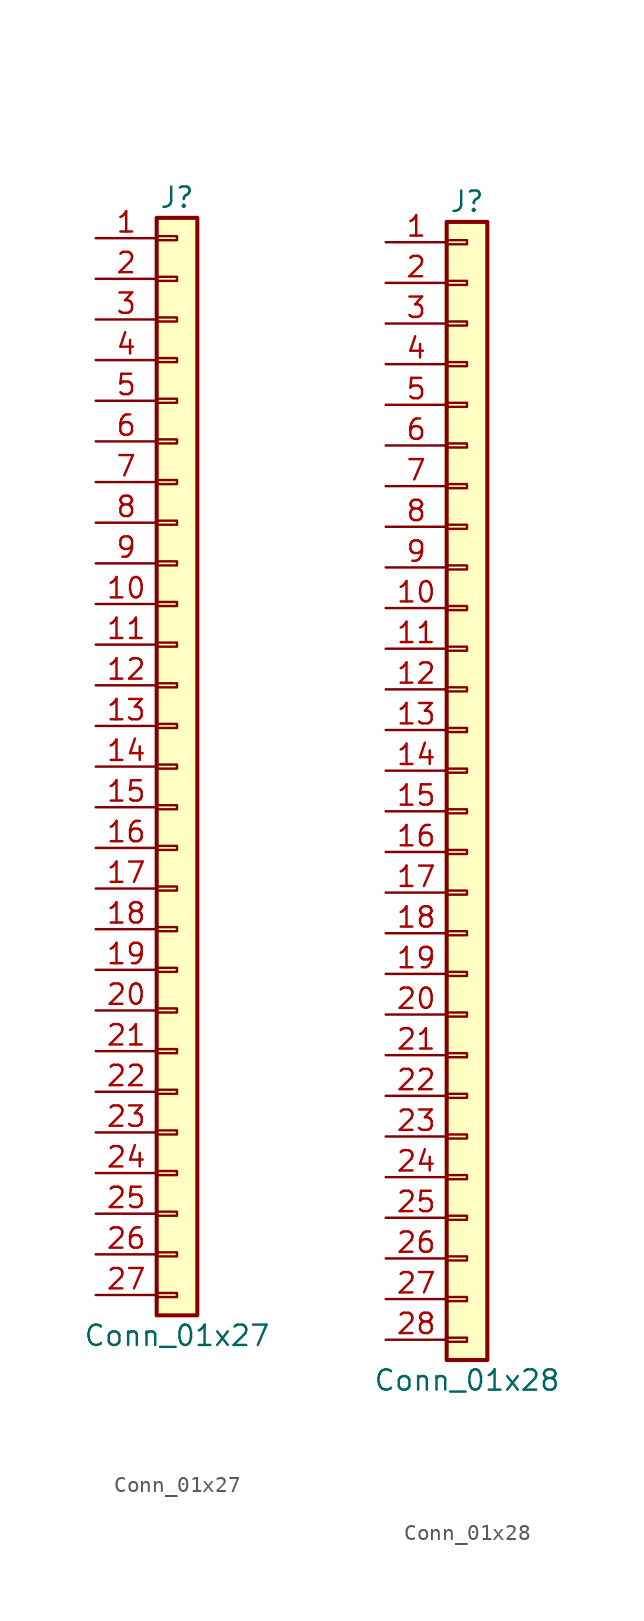
<source format=kicad_sym>
(kicad_symbol_lib
  (version 20220914)
  (generator kicad_symbol_editor)
  (symbol "Conn_01x27"
    (pin_names
      (offset 1.016) hide)
    (property "Reference" "J"
      (at 0 35.56 0)
      (effects (font (size 1.27 1.27))))
    (property "Value" "Conn_01x27"
      (at 0 -35.56 0)
      (effects (font (size 1.27 1.27))))
    (symbol "Conn_01x27_1_1"
      (rectangle (start -1.27 -32.893) (end 0 -33.147) (stroke (width 0.152) (type solid)) (fill (type none)))
      (rectangle (start -1.27 -30.353) (end 0 -30.607) (stroke (width 0.152) (type solid)) (fill (type none)))
      (rectangle (start -1.27 -27.813) (end 0 -28.067) (stroke (width 0.152) (type solid)) (fill (type none)))
      (rectangle (start -1.27 -25.273) (end 0 -25.527) (stroke (width 0.152) (type solid)) (fill (type none)))
      (rectangle (start -1.27 -22.733) (end 0 -22.987) (stroke (width 0.152) (type solid)) (fill (type none)))
      (rectangle (start -1.27 -20.193) (end 0 -20.447) (stroke (width 0.152) (type solid)) (fill (type none)))
      (rectangle (start -1.27 -17.653) (end 0 -17.907) (stroke (width 0.152) (type solid)) (fill (type none)))
      (rectangle (start -1.27 -15.113) (end 0 -15.367) (stroke (width 0.152) (type solid)) (fill (type none)))
      (rectangle (start -1.27 -12.573) (end 0 -12.827) (stroke (width 0.152) (type solid)) (fill (type none)))
      (rectangle (start -1.27 -10.033) (end 0 -10.287) (stroke (width 0.152) (type solid)) (fill (type none)))
      (rectangle (start -1.27 -7.493) (end 0 -7.747) (stroke (width 0.152) (type solid)) (fill (type none)))
      (rectangle (start -1.27 -4.953) (end 0 -5.207) (stroke (width 0.152) (type solid)) (fill (type none)))
      (rectangle (start -1.27 -2.413) (end 0 -2.667) (stroke (width 0.152) (type solid)) (fill (type none)))
      (rectangle (start -1.27 0.127) (end 0 -0.127) (stroke (width 0.152) (type solid)) (fill (type none)))
      (rectangle (start -1.27 2.667) (end 0 2.413) (stroke (width 0.152) (type solid)) (fill (type none)))
      (rectangle (start -1.27 5.207) (end 0 4.953) (stroke (width 0.152) (type solid)) (fill (type none)))
      (rectangle (start -1.27 7.747) (end 0 7.493) (stroke (width 0.152) (type solid)) (fill (type none)))
      (rectangle (start -1.27 10.287) (end 0 10.033) (stroke (width 0.152) (type solid)) (fill (type none)))
      (rectangle (start -1.27 12.827) (end 0 12.573) (stroke (width 0.152) (type solid)) (fill (type none)))
      (rectangle (start -1.27 15.367) (end 0 15.113) (stroke (width 0.152) (type solid)) (fill (type none)))
      (rectangle (start -1.27 17.907) (end 0 17.653) (stroke (width 0.152) (type solid)) (fill (type none)))
      (rectangle (start -1.27 20.447) (end 0 20.193) (stroke (width 0.152) (type solid)) (fill (type none)))
      (rectangle (start -1.27 22.987) (end 0 22.733) (stroke (width 0.152) (type solid)) (fill (type none)))
      (rectangle (start -1.27 25.527) (end 0 25.273) (stroke (width 0.152) (type solid)) (fill (type none)))
      (rectangle (start -1.27 28.067) (end 0 27.813) (stroke (width 0.152) (type solid)) (fill (type none)))
      (rectangle (start -1.27 30.607) (end 0 30.353) (stroke (width 0.152) (type solid)) (fill (type none)))
      (rectangle (start -1.27 33.147) (end 0 32.893) (stroke (width 0.152) (type solid)) (fill (type none)))
      (rectangle (start -1.27 34.29) (end 1.27 -34.29) (stroke (width 0.254) (type solid)) (fill (type background)))
      (pin passive line (at -5.08 33.02 0) (length 3.81) (name "Pin_1" (effects (font (size 1.27 1.27)))) (number "1" (effects (font (size 1.27 1.27)))))
      (pin passive line (at -5.08 10.16 0) (length 3.81) (name "Pin_10" (effects (font (size 1.27 1.27)))) (number "10" (effects (font (size 1.27 1.27)))))
      (pin passive line (at -5.08 7.62 0) (length 3.81) (name "Pin_11" (effects (font (size 1.27 1.27)))) (number "11" (effects (font (size 1.27 1.27)))))
      (pin passive line (at -5.08 5.08 0) (length 3.81) (name "Pin_12" (effects (font (size 1.27 1.27)))) (number "12" (effects (font (size 1.27 1.27)))))
      (pin passive line (at -5.08 2.54 0) (length 3.81) (name "Pin_13" (effects (font (size 1.27 1.27)))) (number "13" (effects (font (size 1.27 1.27)))))
      (pin passive line (at -5.08 0 0) (length 3.81) (name "Pin_14" (effects (font (size 1.27 1.27)))) (number "14" (effects (font (size 1.27 1.27)))))
      (pin passive line (at -5.08 -2.54 0) (length 3.81) (name "Pin_15" (effects (font (size 1.27 1.27)))) (number "15" (effects (font (size 1.27 1.27)))))
      (pin passive line (at -5.08 -5.08 0) (length 3.81) (name "Pin_16" (effects (font (size 1.27 1.27)))) (number "16" (effects (font (size 1.27 1.27)))))
      (pin passive line (at -5.08 -7.62 0) (length 3.81) (name "Pin_17" (effects (font (size 1.27 1.27)))) (number "17" (effects (font (size 1.27 1.27)))))
      (pin passive line (at -5.08 -10.16 0) (length 3.81) (name "Pin_18" (effects (font (size 1.27 1.27)))) (number "18" (effects (font (size 1.27 1.27)))))
      (pin passive line (at -5.08 -12.7 0) (length 3.81) (name "Pin_19" (effects (font (size 1.27 1.27)))) (number "19" (effects (font (size 1.27 1.27)))))
      (pin passive line (at -5.08 30.48 0) (length 3.81) (name "Pin_2" (effects (font (size 1.27 1.27)))) (number "2" (effects (font (size 1.27 1.27)))))
      (pin passive line (at -5.08 -15.24 0) (length 3.81) (name "Pin_20" (effects (font (size 1.27 1.27)))) (number "20" (effects (font (size 1.27 1.27)))))
      (pin passive line (at -5.08 -17.78 0) (length 3.81) (name "Pin_21" (effects (font (size 1.27 1.27)))) (number "21" (effects (font (size 1.27 1.27)))))
      (pin passive line (at -5.08 -20.32 0) (length 3.81) (name "Pin_22" (effects (font (size 1.27 1.27)))) (number "22" (effects (font (size 1.27 1.27)))))
      (pin passive line (at -5.08 -22.86 0) (length 3.81) (name "Pin_23" (effects (font (size 1.27 1.27)))) (number "23" (effects (font (size 1.27 1.27)))))
      (pin passive line (at -5.08 -25.4 0) (length 3.81) (name "Pin_24" (effects (font (size 1.27 1.27)))) (number "24" (effects (font (size 1.27 1.27)))))
      (pin passive line (at -5.08 -27.94 0) (length 3.81) (name "Pin_25" (effects (font (size 1.27 1.27)))) (number "25" (effects (font (size 1.27 1.27)))))
      (pin passive line (at -5.08 -30.48 0) (length 3.81) (name "Pin_26" (effects (font (size 1.27 1.27)))) (number "26" (effects (font (size 1.27 1.27)))))
      (pin passive line (at -5.08 -33.02 0) (length 3.81) (name "Pin_27" (effects (font (size 1.27 1.27)))) (number "27" (effects (font (size 1.27 1.27)))))
      (pin passive line (at -5.08 27.94 0) (length 3.81) (name "Pin_3" (effects (font (size 1.27 1.27)))) (number "3" (effects (font (size 1.27 1.27)))))
      (pin passive line (at -5.08 25.4 0) (length 3.81) (name "Pin_4" (effects (font (size 1.27 1.27)))) (number "4" (effects (font (size 1.27 1.27)))))
      (pin passive line (at -5.08 22.86 0) (length 3.81) (name "Pin_5" (effects (font (size 1.27 1.27)))) (number "5" (effects (font (size 1.27 1.27)))))
      (pin passive line (at -5.08 20.32 0) (length 3.81) (name "Pin_6" (effects (font (size 1.27 1.27)))) (number "6" (effects (font (size 1.27 1.27)))))
      (pin passive line (at -5.08 17.78 0) (length 3.81) (name "Pin_7" (effects (font (size 1.27 1.27)))) (number "7" (effects (font (size 1.27 1.27)))))
      (pin passive line (at -5.08 15.24 0) (length 3.81) (name "Pin_8" (effects (font (size 1.27 1.27)))) (number "8" (effects (font (size 1.27 1.27)))))
      (pin passive line (at -5.08 12.7 0) (length 3.81) (name "Pin_9" (effects (font (size 1.27 1.27)))) (number "9" (effects (font (size 1.27 1.27)))))))
  (symbol "Conn_01x28"
    (pin_names
      (offset 1.016) hide)
    (property "Reference" "J"
      (at 0 35.56 0)
      (effects (font (size 1.27 1.27))))
    (property "Value" "Conn_01x28"
      (at 0 -38.1 0)
      (effects (font (size 1.27 1.27))))
    (symbol "Conn_01x28_1_1"
      (rectangle (start -1.27 -35.433) (end 0 -35.687) (stroke (width 0.152) (type solid)) (fill (type none)))
      (rectangle (start -1.27 -32.893) (end 0 -33.147) (stroke (width 0.152) (type solid)) (fill (type none)))
      (rectangle (start -1.27 -30.353) (end 0 -30.607) (stroke (width 0.152) (type solid)) (fill (type none)))
      (rectangle (start -1.27 -27.813) (end 0 -28.067) (stroke (width 0.152) (type solid)) (fill (type none)))
      (rectangle (start -1.27 -25.273) (end 0 -25.527) (stroke (width 0.152) (type solid)) (fill (type none)))
      (rectangle (start -1.27 -22.733) (end 0 -22.987) (stroke (width 0.152) (type solid)) (fill (type none)))
      (rectangle (start -1.27 -20.193) (end 0 -20.447) (stroke (width 0.152) (type solid)) (fill (type none)))
      (rectangle (start -1.27 -17.653) (end 0 -17.907) (stroke (width 0.152) (type solid)) (fill (type none)))
      (rectangle (start -1.27 -15.113) (end 0 -15.367) (stroke (width 0.152) (type solid)) (fill (type none)))
      (rectangle (start -1.27 -12.573) (end 0 -12.827) (stroke (width 0.152) (type solid)) (fill (type none)))
      (rectangle (start -1.27 -10.033) (end 0 -10.287) (stroke (width 0.152) (type solid)) (fill (type none)))
      (rectangle (start -1.27 -7.493) (end 0 -7.747) (stroke (width 0.152) (type solid)) (fill (type none)))
      (rectangle (start -1.27 -4.953) (end 0 -5.207) (stroke (width 0.152) (type solid)) (fill (type none)))
      (rectangle (start -1.27 -2.413) (end 0 -2.667) (stroke (width 0.152) (type solid)) (fill (type none)))
      (rectangle (start -1.27 0.127) (end 0 -0.127) (stroke (width 0.152) (type solid)) (fill (type none)))
      (rectangle (start -1.27 2.667) (end 0 2.413) (stroke (width 0.152) (type solid)) (fill (type none)))
      (rectangle (start -1.27 5.207) (end 0 4.953) (stroke (width 0.152) (type solid)) (fill (type none)))
      (rectangle (start -1.27 7.747) (end 0 7.493) (stroke (width 0.152) (type solid)) (fill (type none)))
      (rectangle (start -1.27 10.287) (end 0 10.033) (stroke (width 0.152) (type solid)) (fill (type none)))
      (rectangle (start -1.27 12.827) (end 0 12.573) (stroke (width 0.152) (type solid)) (fill (type none)))
      (rectangle (start -1.27 15.367) (end 0 15.113) (stroke (width 0.152) (type solid)) (fill (type none)))
      (rectangle (start -1.27 17.907) (end 0 17.653) (stroke (width 0.152) (type solid)) (fill (type none)))
      (rectangle (start -1.27 20.447) (end 0 20.193) (stroke (width 0.152) (type solid)) (fill (type none)))
      (rectangle (start -1.27 22.987) (end 0 22.733) (stroke (width 0.152) (type solid)) (fill (type none)))
      (rectangle (start -1.27 25.527) (end 0 25.273) (stroke (width 0.152) (type solid)) (fill (type none)))
      (rectangle (start -1.27 28.067) (end 0 27.813) (stroke (width 0.152) (type solid)) (fill (type none)))
      (rectangle (start -1.27 30.607) (end 0 30.353) (stroke (width 0.152) (type solid)) (fill (type none)))
      (rectangle (start -1.27 33.147) (end 0 32.893) (stroke (width 0.152) (type solid)) (fill (type none)))
      (rectangle (start -1.27 34.29) (end 1.27 -36.83) (stroke (width 0.254) (type solid)) (fill (type background)))
      (pin passive line (at -5.08 33.02 0) (length 3.81) (name "Pin_1" (effects (font (size 1.27 1.27)))) (number "1" (effects (font (size 1.27 1.27)))))
      (pin passive line (at -5.08 10.16 0) (length 3.81) (name "Pin_10" (effects (font (size 1.27 1.27)))) (number "10" (effects (font (size 1.27 1.27)))))
      (pin passive line (at -5.08 7.62 0) (length 3.81) (name "Pin_11" (effects (font (size 1.27 1.27)))) (number "11" (effects (font (size 1.27 1.27)))))
      (pin passive line (at -5.08 5.08 0) (length 3.81) (name "Pin_12" (effects (font (size 1.27 1.27)))) (number "12" (effects (font (size 1.27 1.27)))))
      (pin passive line (at -5.08 2.54 0) (length 3.81) (name "Pin_13" (effects (font (size 1.27 1.27)))) (number "13" (effects (font (size 1.27 1.27)))))
      (pin passive line (at -5.08 0 0) (length 3.81) (name "Pin_14" (effects (font (size 1.27 1.27)))) (number "14" (effects (font (size 1.27 1.27)))))
      (pin passive line (at -5.08 -2.54 0) (length 3.81) (name "Pin_15" (effects (font (size 1.27 1.27)))) (number "15" (effects (font (size 1.27 1.27)))))
      (pin passive line (at -5.08 -5.08 0) (length 3.81) (name "Pin_16" (effects (font (size 1.27 1.27)))) (number "16" (effects (font (size 1.27 1.27)))))
      (pin passive line (at -5.08 -7.62 0) (length 3.81) (name "Pin_17" (effects (font (size 1.27 1.27)))) (number "17" (effects (font (size 1.27 1.27)))))
      (pin passive line (at -5.08 -10.16 0) (length 3.81) (name "Pin_18" (effects (font (size 1.27 1.27)))) (number "18" (effects (font (size 1.27 1.27)))))
      (pin passive line (at -5.08 -12.7 0) (length 3.81) (name "Pin_19" (effects (font (size 1.27 1.27)))) (number "19" (effects (font (size 1.27 1.27)))))
      (pin passive line (at -5.08 30.48 0) (length 3.81) (name "Pin_2" (effects (font (size 1.27 1.27)))) (number "2" (effects (font (size 1.27 1.27)))))
      (pin passive line (at -5.08 -15.24 0) (length 3.81) (name "Pin_20" (effects (font (size 1.27 1.27)))) (number "20" (effects (font (size 1.27 1.27)))))
      (pin passive line (at -5.08 -17.78 0) (length 3.81) (name "Pin_21" (effects (font (size 1.27 1.27)))) (number "21" (effects (font (size 1.27 1.27)))))
      (pin passive line (at -5.08 -20.32 0) (length 3.81) (name "Pin_22" (effects (font (size 1.27 1.27)))) (number "22" (effects (font (size 1.27 1.27)))))
      (pin passive line (at -5.08 -22.86 0) (length 3.81) (name "Pin_23" (effects (font (size 1.27 1.27)))) (number "23" (effects (font (size 1.27 1.27)))))
      (pin passive line (at -5.08 -25.4 0) (length 3.81) (name "Pin_24" (effects (font (size 1.27 1.27)))) (number "24" (effects (font (size 1.27 1.27)))))
      (pin passive line (at -5.08 -27.94 0) (length 3.81) (name "Pin_25" (effects (font (size 1.27 1.27)))) (number "25" (effects (font (size 1.27 1.27)))))
      (pin passive line (at -5.08 -30.48 0) (length 3.81) (name "Pin_26" (effects (font (size 1.27 1.27)))) (number "26" (effects (font (size 1.27 1.27)))))
      (pin passive line (at -5.08 -33.02 0) (length 3.81) (name "Pin_27" (effects (font (size 1.27 1.27)))) (number "27" (effects (font (size 1.27 1.27)))))
      (pin passive line (at -5.08 -35.56 0) (length 3.81) (name "Pin_28" (effects (font (size 1.27 1.27)))) (number "28" (effects (font (size 1.27 1.27)))))
      (pin passive line (at -5.08 27.94 0) (length 3.81) (name "Pin_3" (effects (font (size 1.27 1.27)))) (number "3" (effects (font (size 1.27 1.27)))))
      (pin passive line (at -5.08 25.4 0) (length 3.81) (name "Pin_4" (effects (font (size 1.27 1.27)))) (number "4" (effects (font (size 1.27 1.27)))))
      (pin passive line (at -5.08 22.86 0) (length 3.81) (name "Pin_5" (effects (font (size 1.27 1.27)))) (number "5" (effects (font (size 1.27 1.27)))))
      (pin passive line (at -5.08 20.32 0) (length 3.81) (name "Pin_6" (effects (font (size 1.27 1.27)))) (number "6" (effects (font (size 1.27 1.27)))))
      (pin passive line (at -5.08 17.78 0) (length 3.81) (name "Pin_7" (effects (font (size 1.27 1.27)))) (number "7" (effects (font (size 1.27 1.27)))))
      (pin passive line (at -5.08 15.24 0) (length 3.81) (name "Pin_8" (effects (font (size 1.27 1.27)))) (number "8" (effects (font (size 1.27 1.27)))))
      (pin passive line (at -5.08 12.7 0) (length 3.81) (name "Pin_9" (effects (font (size 1.27 1.27)))) (number "9" (effects (font (size 1.27 1.27))))))))
</source>
